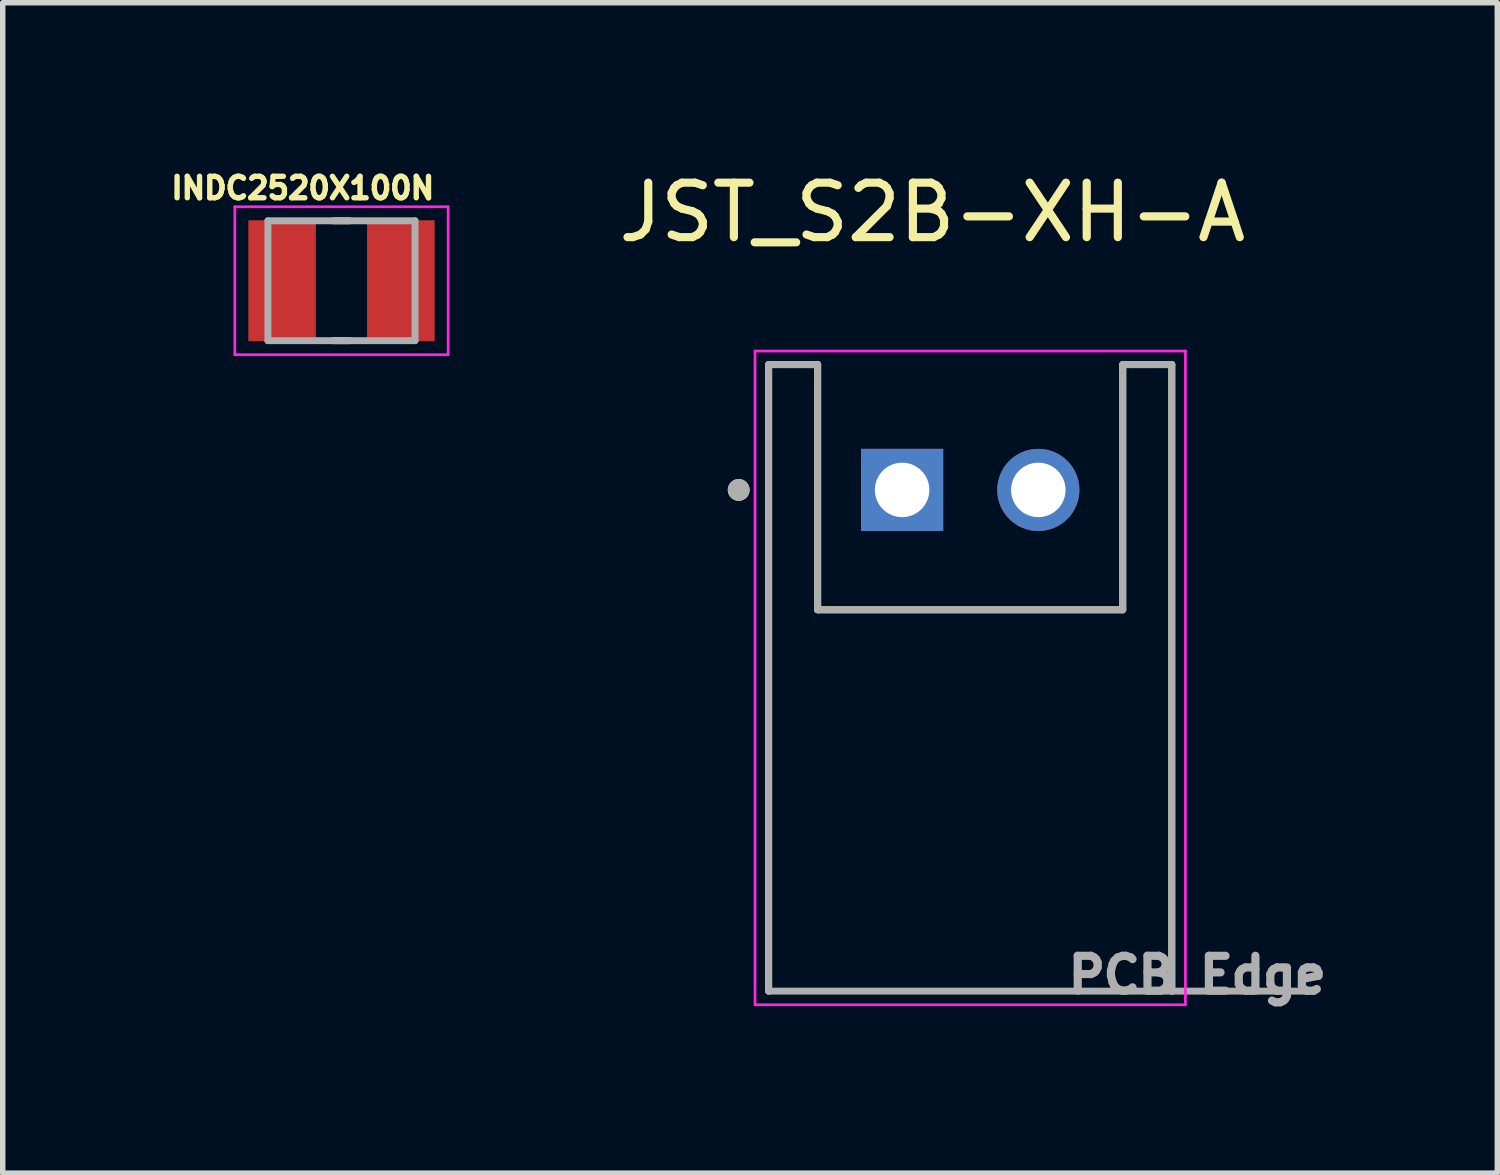
<source format=kicad_pcb>
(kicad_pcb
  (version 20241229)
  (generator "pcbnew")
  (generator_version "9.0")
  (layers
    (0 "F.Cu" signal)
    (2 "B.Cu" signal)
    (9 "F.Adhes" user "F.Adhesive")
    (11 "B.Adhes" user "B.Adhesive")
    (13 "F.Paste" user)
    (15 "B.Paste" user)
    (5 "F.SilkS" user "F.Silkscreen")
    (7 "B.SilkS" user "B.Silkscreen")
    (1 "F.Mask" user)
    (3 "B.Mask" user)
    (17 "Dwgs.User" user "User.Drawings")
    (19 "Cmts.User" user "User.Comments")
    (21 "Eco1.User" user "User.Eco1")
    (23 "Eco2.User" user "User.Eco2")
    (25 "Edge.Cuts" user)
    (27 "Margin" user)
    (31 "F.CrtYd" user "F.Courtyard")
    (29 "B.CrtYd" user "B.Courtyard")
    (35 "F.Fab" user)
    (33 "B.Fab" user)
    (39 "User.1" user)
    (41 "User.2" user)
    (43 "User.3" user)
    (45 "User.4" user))
  (footprint "INDC2520X100N"
    (layer "F.Cu")
    (at 3.218 2.103)
    (property "Reference" "INDC2520X100N" (at -0.71 -1.7 0) (layer "F.SilkS") (effects (font (size 0.394 0.394) (thickness 0.15))))
    (attr smd)
    (fp_line (start -0.15 -1.1) (end 0.15 -1.1) (stroke (width 0.127) (type solid)) (layer "F.SilkS"))
    (fp_line (start -0.15 1.1) (end 0.15 1.1) (stroke (width 0.127) (type solid)) (layer "F.SilkS"))
    (fp_line (start -1.958 -1.358) (end 1.958 -1.358) (stroke (width 0.05) (type solid)) (layer "F.CrtYd"))
    (fp_line (start -1.958 1.358) (end -1.958 -1.358) (stroke (width 0.05) (type solid)) (layer "F.CrtYd"))
    (fp_line (start -1.958 1.358) (end 1.958 1.358) (stroke (width 0.05) (type solid)) (layer "F.CrtYd"))
    (fp_line (start 1.958 1.358) (end 1.958 -1.358) (stroke (width 0.05) (type solid)) (layer "F.CrtYd"))
    (fp_line (start -1.35 1.1) (end -1.35 -1.1) (stroke (width 0.127) (type solid)) (layer "F.Fab"))
    (fp_line (start 1.35 -1.1) (end -1.35 -1.1) (stroke (width 0.127) (type solid)) (layer "F.Fab"))
    (fp_line (start 1.35 1.1) (end -1.35 1.1) (stroke (width 0.127) (type solid)) (layer "F.Fab"))
    (fp_line (start 1.35 1.1) (end 1.35 -1.1) (stroke (width 0.127) (type solid)) (layer "F.Fab"))
    (pad "1" smd rect (at -1.09 0) (size 1.24 2.22) (layers "F.Cu" "F.Mask" "F.Paste"))
    (pad "2" smd rect (at 1.09 0) (size 1.24 2.22) (layers "F.Cu" "F.Mask" "F.Paste")))
  (footprint "JST_S2B-XH-A"
    (layer "F.Cu")
    (at 14.759 11.643)
    (property "Reference" "JST_S2B-XH-A" (at -0.695 -10.795 0) (layer "F.SilkS") (effects (font (size 1 1) (thickness 0.15))))
    (attr through_hole)
    (fp_line (start -3.7 -8) (end -3.7 3.5) (stroke (width 0.127) (type solid)) (layer "F.SilkS"))
    (fp_line (start -2.8 -8) (end -3.7 -8) (stroke (width 0.127) (type solid)) (layer "F.SilkS"))
    (fp_line (start -2.8 -3.5) (end -2.8 -8) (stroke (width 0.127) (type solid)) (layer "F.SilkS"))
    (fp_line (start 2.8 -8) (end 2.8 -3.5) (stroke (width 0.127) (type solid)) (layer "F.SilkS"))
    (fp_line (start 2.8 -3.5) (end -2.8 -3.5) (stroke (width 0.127) (type solid)) (layer "F.SilkS"))
    (fp_line (start 3.7 -8) (end 2.8 -8) (stroke (width 0.127) (type solid)) (layer "F.SilkS"))
    (fp_line (start 3.7 3.5) (end 3.7 -8) (stroke (width 0.127) (type solid)) (layer "F.SilkS"))
    (fp_circle (center -4.25 -5.7) (end -4.15 -5.7) (stroke (width 0.2) (type solid)) (fill no) (layer "F.SilkS"))
    (fp_line (start -3.95 -8.25) (end -3.95 3.75) (stroke (width 0.05) (type solid)) (layer "F.CrtYd"))
    (fp_line (start -3.95 3.75) (end 3.95 3.75) (stroke (width 0.05) (type solid)) (layer "F.CrtYd"))
    (fp_line (start 3.95 -8.25) (end -3.95 -8.25) (stroke (width 0.05) (type solid)) (layer "F.CrtYd"))
    (fp_line (start 3.95 3.75) (end 3.95 -8.25) (stroke (width 0.05) (type solid)) (layer "F.CrtYd"))
    (fp_line (start -3.7 -8) (end -3.7 3.5) (stroke (width 0.127) (type solid)) (layer "F.Fab"))
    (fp_line (start -3.7 3.5) (end 3.7 3.5) (stroke (width 0.127) (type solid)) (layer "F.Fab"))
    (fp_line (start -2.8 -8) (end -3.7 -8) (stroke (width 0.127) (type solid)) (layer "F.Fab"))
    (fp_line (start -2.8 -3.5) (end -2.8 -8) (stroke (width 0.127) (type solid)) (layer "F.Fab"))
    (fp_line (start 2.8 -8) (end 2.8 -3.5) (stroke (width 0.127) (type solid)) (layer "F.Fab"))
    (fp_line (start 2.8 -3.5) (end -2.8 -3.5) (stroke (width 0.127) (type solid)) (layer "F.Fab"))
    (fp_line (start 3.7 -8) (end 2.8 -8) (stroke (width 0.127) (type solid)) (layer "F.Fab"))
    (fp_line (start 3.7 3.5) (end 3.7 -8) (stroke (width 0.127) (type solid)) (layer "F.Fab"))
    (fp_line (start 3.7 3.5) (end 6.32 3.5) (stroke (width 0.127) (type solid)) (layer "F.Fab"))
    (fp_circle (center -4.25 -5.7) (end -4.15 -5.7) (stroke (width 0.2) (type solid)) (fill no) (layer "F.Fab"))
    (fp_text user "PCB Edge" (at 4.168 3.203 0) (layer "F.Fab") (effects (font (size 0.64 0.64) (thickness 0.15))))
    (pad "1" thru_hole rect (at -1.25 -5.7) (size 1.508 1.508) (drill 1) (layers "*.Cu" "*.Mask"))
    (pad "2" thru_hole circle (at 1.25 -5.7) (size 1.508 1.508) (drill 1) (layers "*.Cu" "*.Mask")))
  (gr_rect
    (start -3 -3)
    (end 24.434 18.483)
    (stroke (width 0.1) (type default))
    (fill no)
    (layer "Edge.Cuts")))
</source>
